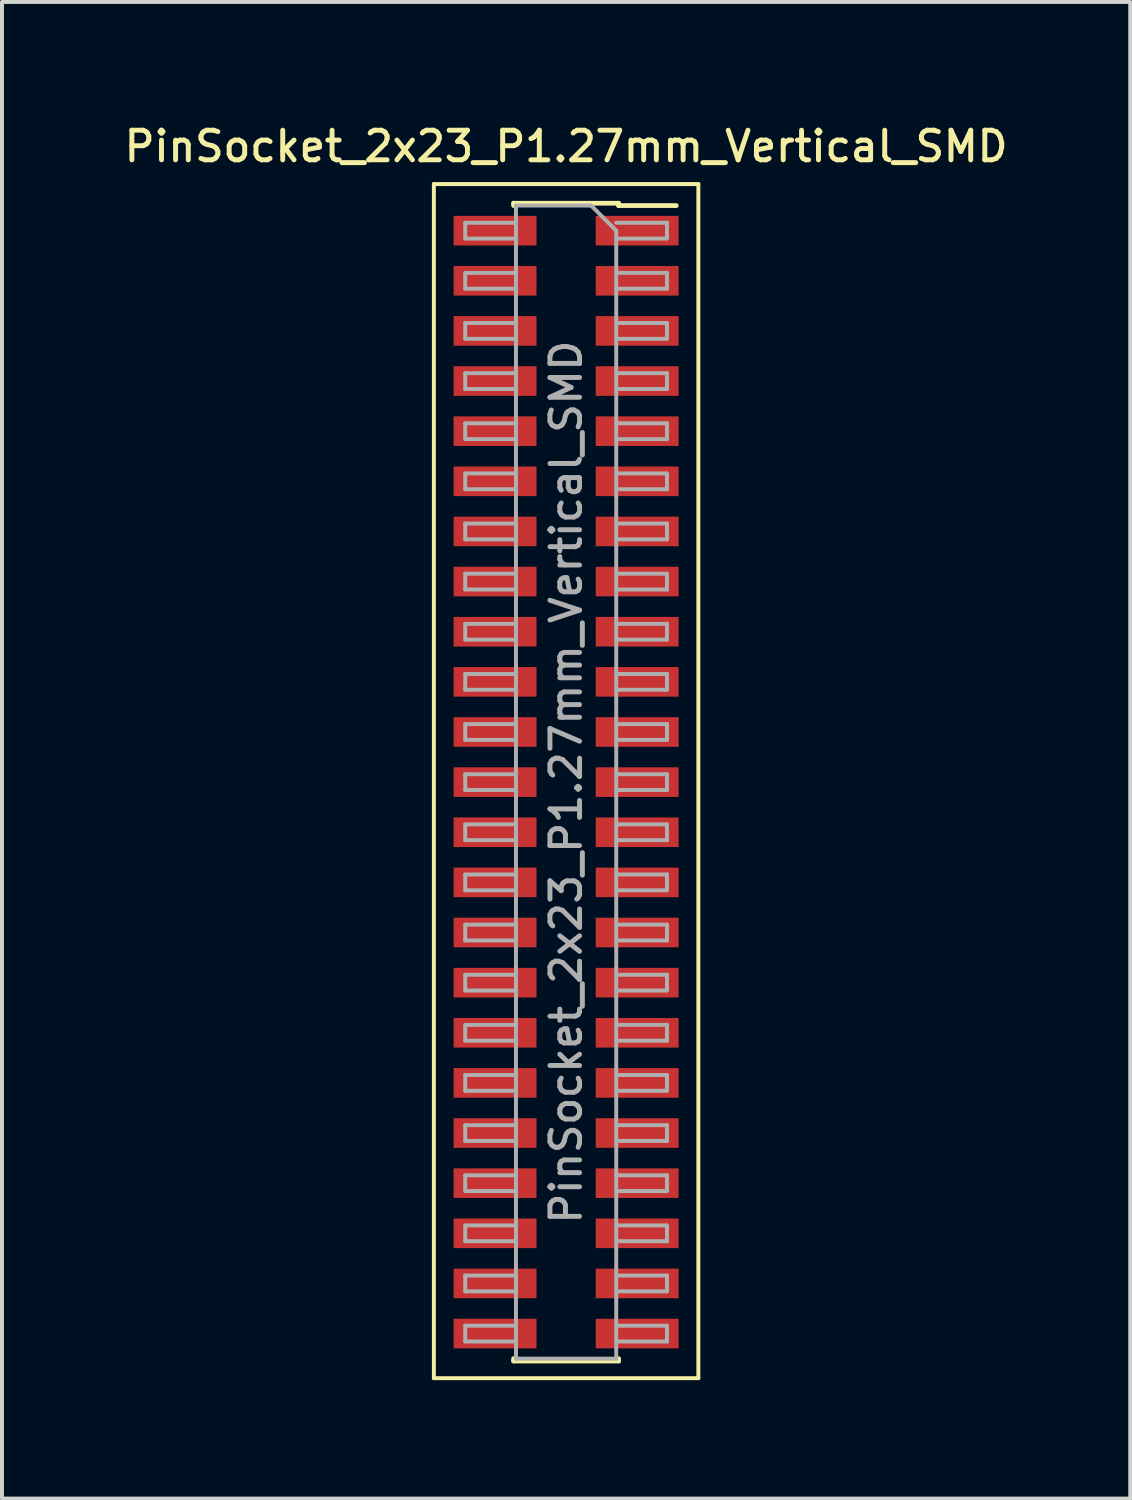
<source format=kicad_pcb>
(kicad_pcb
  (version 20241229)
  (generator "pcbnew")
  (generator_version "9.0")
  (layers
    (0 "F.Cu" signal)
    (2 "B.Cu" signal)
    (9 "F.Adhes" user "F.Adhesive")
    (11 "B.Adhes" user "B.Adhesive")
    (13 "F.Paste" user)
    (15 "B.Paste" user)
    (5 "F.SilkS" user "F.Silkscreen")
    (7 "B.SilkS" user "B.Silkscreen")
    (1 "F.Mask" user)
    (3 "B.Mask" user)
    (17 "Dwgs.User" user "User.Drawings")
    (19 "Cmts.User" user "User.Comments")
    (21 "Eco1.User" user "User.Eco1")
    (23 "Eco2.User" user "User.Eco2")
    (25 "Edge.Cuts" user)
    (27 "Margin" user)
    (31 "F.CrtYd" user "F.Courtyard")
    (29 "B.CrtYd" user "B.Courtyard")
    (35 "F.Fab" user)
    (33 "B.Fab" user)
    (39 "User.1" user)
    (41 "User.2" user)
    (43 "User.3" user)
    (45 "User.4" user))
  (footprint "PinSocket_2x23_P1.27mm_Vertical_SMD"
    (layer "F.Cu")
    (at 11.291 16.763)
    (property "Reference" "PinSocket_2x23_P1.27mm_Vertical_SMD" (at 0 -16.105 0) (layer "F.SilkS") (effects (font (size 0.75 0.75) (thickness 0.125))))
    (attr smd)
    (fp_line (start -3.35 -15.15) (end 3.35 -15.15) (stroke (width 0.1) (type solid)) (layer "F.SilkS"))
    (fp_line (start -3.35 15.1) (end -3.35 -15.15) (stroke (width 0.1) (type solid)) (layer "F.SilkS"))
    (fp_line (start -1.33 -14.665) (end -1.33 -14.605) (stroke (width 0.12) (type solid)) (layer "F.SilkS"))
    (fp_line (start -1.33 -14.665) (end 1.33 -14.665) (stroke (width 0.12) (type solid)) (layer "F.SilkS"))
    (fp_line (start -1.33 14.605) (end -1.33 14.665) (stroke (width 0.12) (type solid)) (layer "F.SilkS"))
    (fp_line (start -1.33 14.665) (end 1.33 14.665) (stroke (width 0.12) (type solid)) (layer "F.SilkS"))
    (fp_line (start 1.33 -14.665) (end 1.33 -14.605) (stroke (width 0.12) (type solid)) (layer "F.SilkS"))
    (fp_line (start 1.33 -14.605) (end 2.79 -14.605) (stroke (width 0.12) (type solid)) (layer "F.SilkS"))
    (fp_line (start 1.33 14.605) (end 1.33 14.665) (stroke (width 0.12) (type solid)) (layer "F.SilkS"))
    (fp_line (start 3.35 -15.15) (end 3.35 15.1) (stroke (width 0.1) (type solid)) (layer "F.SilkS"))
    (fp_line (start 3.35 15.1) (end -3.35 15.1) (stroke (width 0.1) (type solid)) (layer "F.SilkS"))
    (fp_line (start -2.555 -14.17) (end -1.27 -14.17) (stroke (width 0.1) (type solid)) (layer "F.Fab"))
    (fp_line (start -2.555 -13.77) (end -2.555 -14.17) (stroke (width 0.1) (type solid)) (layer "F.Fab"))
    (fp_line (start -2.555 -12.9) (end -1.27 -12.9) (stroke (width 0.1) (type solid)) (layer "F.Fab"))
    (fp_line (start -2.555 -12.5) (end -2.555 -12.9) (stroke (width 0.1) (type solid)) (layer "F.Fab"))
    (fp_line (start -2.555 -11.63) (end -1.27 -11.63) (stroke (width 0.1) (type solid)) (layer "F.Fab"))
    (fp_line (start -2.555 -11.23) (end -2.555 -11.63) (stroke (width 0.1) (type solid)) (layer "F.Fab"))
    (fp_line (start -2.555 -10.36) (end -1.27 -10.36) (stroke (width 0.1) (type solid)) (layer "F.Fab"))
    (fp_line (start -2.555 -9.96) (end -2.555 -10.36) (stroke (width 0.1) (type solid)) (layer "F.Fab"))
    (fp_line (start -2.555 -9.09) (end -1.27 -9.09) (stroke (width 0.1) (type solid)) (layer "F.Fab"))
    (fp_line (start -2.555 -8.69) (end -2.555 -9.09) (stroke (width 0.1) (type solid)) (layer "F.Fab"))
    (fp_line (start -2.555 -7.82) (end -1.27 -7.82) (stroke (width 0.1) (type solid)) (layer "F.Fab"))
    (fp_line (start -2.555 -7.42) (end -2.555 -7.82) (stroke (width 0.1) (type solid)) (layer "F.Fab"))
    (fp_line (start -2.555 -6.55) (end -1.27 -6.55) (stroke (width 0.1) (type solid)) (layer "F.Fab"))
    (fp_line (start -2.555 -6.15) (end -2.555 -6.55) (stroke (width 0.1) (type solid)) (layer "F.Fab"))
    (fp_line (start -2.555 -5.28) (end -1.27 -5.28) (stroke (width 0.1) (type solid)) (layer "F.Fab"))
    (fp_line (start -2.555 -4.88) (end -2.555 -5.28) (stroke (width 0.1) (type solid)) (layer "F.Fab"))
    (fp_line (start -2.555 -4.01) (end -1.27 -4.01) (stroke (width 0.1) (type solid)) (layer "F.Fab"))
    (fp_line (start -2.555 -3.61) (end -2.555 -4.01) (stroke (width 0.1) (type solid)) (layer "F.Fab"))
    (fp_line (start -2.555 -2.74) (end -1.27 -2.74) (stroke (width 0.1) (type solid)) (layer "F.Fab"))
    (fp_line (start -2.555 -2.34) (end -2.555 -2.74) (stroke (width 0.1) (type solid)) (layer "F.Fab"))
    (fp_line (start -2.555 -1.47) (end -1.27 -1.47) (stroke (width 0.1) (type solid)) (layer "F.Fab"))
    (fp_line (start -2.555 -1.07) (end -2.555 -1.47) (stroke (width 0.1) (type solid)) (layer "F.Fab"))
    (fp_line (start -2.555 -0.2) (end -1.27 -0.2) (stroke (width 0.1) (type solid)) (layer "F.Fab"))
    (fp_line (start -2.555 0.2) (end -2.555 -0.2) (stroke (width 0.1) (type solid)) (layer "F.Fab"))
    (fp_line (start -2.555 1.07) (end -1.27 1.07) (stroke (width 0.1) (type solid)) (layer "F.Fab"))
    (fp_line (start -2.555 1.47) (end -2.555 1.07) (stroke (width 0.1) (type solid)) (layer "F.Fab"))
    (fp_line (start -2.555 2.34) (end -1.27 2.34) (stroke (width 0.1) (type solid)) (layer "F.Fab"))
    (fp_line (start -2.555 2.74) (end -2.555 2.34) (stroke (width 0.1) (type solid)) (layer "F.Fab"))
    (fp_line (start -2.555 3.61) (end -1.27 3.61) (stroke (width 0.1) (type solid)) (layer "F.Fab"))
    (fp_line (start -2.555 4.01) (end -2.555 3.61) (stroke (width 0.1) (type solid)) (layer "F.Fab"))
    (fp_line (start -2.555 4.88) (end -1.27 4.88) (stroke (width 0.1) (type solid)) (layer "F.Fab"))
    (fp_line (start -2.555 5.28) (end -2.555 4.88) (stroke (width 0.1) (type solid)) (layer "F.Fab"))
    (fp_line (start -2.555 6.15) (end -1.27 6.15) (stroke (width 0.1) (type solid)) (layer "F.Fab"))
    (fp_line (start -2.555 6.55) (end -2.555 6.15) (stroke (width 0.1) (type solid)) (layer "F.Fab"))
    (fp_line (start -2.555 7.42) (end -1.27 7.42) (stroke (width 0.1) (type solid)) (layer "F.Fab"))
    (fp_line (start -2.555 7.82) (end -2.555 7.42) (stroke (width 0.1) (type solid)) (layer "F.Fab"))
    (fp_line (start -2.555 8.69) (end -1.27 8.69) (stroke (width 0.1) (type solid)) (layer "F.Fab"))
    (fp_line (start -2.555 9.09) (end -2.555 8.69) (stroke (width 0.1) (type solid)) (layer "F.Fab"))
    (fp_line (start -2.555 9.96) (end -1.27 9.96) (stroke (width 0.1) (type solid)) (layer "F.Fab"))
    (fp_line (start -2.555 10.36) (end -2.555 9.96) (stroke (width 0.1) (type solid)) (layer "F.Fab"))
    (fp_line (start -2.555 11.23) (end -1.27 11.23) (stroke (width 0.1) (type solid)) (layer "F.Fab"))
    (fp_line (start -2.555 11.63) (end -2.555 11.23) (stroke (width 0.1) (type solid)) (layer "F.Fab"))
    (fp_line (start -2.555 12.5) (end -1.27 12.5) (stroke (width 0.1) (type solid)) (layer "F.Fab"))
    (fp_line (start -2.555 12.9) (end -2.555 12.5) (stroke (width 0.1) (type solid)) (layer "F.Fab"))
    (fp_line (start -2.555 13.77) (end -1.27 13.77) (stroke (width 0.1) (type solid)) (layer "F.Fab"))
    (fp_line (start -2.555 14.17) (end -2.555 13.77) (stroke (width 0.1) (type solid)) (layer "F.Fab"))
    (fp_line (start -1.27 -14.605) (end 0.635 -14.605) (stroke (width 0.1) (type solid)) (layer "F.Fab"))
    (fp_line (start -1.27 -13.77) (end -2.555 -13.77) (stroke (width 0.1) (type solid)) (layer "F.Fab"))
    (fp_line (start -1.27 -12.5) (end -2.555 -12.5) (stroke (width 0.1) (type solid)) (layer "F.Fab"))
    (fp_line (start -1.27 -11.23) (end -2.555 -11.23) (stroke (width 0.1) (type solid)) (layer "F.Fab"))
    (fp_line (start -1.27 -9.96) (end -2.555 -9.96) (stroke (width 0.1) (type solid)) (layer "F.Fab"))
    (fp_line (start -1.27 -8.69) (end -2.555 -8.69) (stroke (width 0.1) (type solid)) (layer "F.Fab"))
    (fp_line (start -1.27 -7.42) (end -2.555 -7.42) (stroke (width 0.1) (type solid)) (layer "F.Fab"))
    (fp_line (start -1.27 -6.15) (end -2.555 -6.15) (stroke (width 0.1) (type solid)) (layer "F.Fab"))
    (fp_line (start -1.27 -4.88) (end -2.555 -4.88) (stroke (width 0.1) (type solid)) (layer "F.Fab"))
    (fp_line (start -1.27 -3.61) (end -2.555 -3.61) (stroke (width 0.1) (type solid)) (layer "F.Fab"))
    (fp_line (start -1.27 -2.34) (end -2.555 -2.34) (stroke (width 0.1) (type solid)) (layer "F.Fab"))
    (fp_line (start -1.27 -1.07) (end -2.555 -1.07) (stroke (width 0.1) (type solid)) (layer "F.Fab"))
    (fp_line (start -1.27 0.2) (end -2.555 0.2) (stroke (width 0.1) (type solid)) (layer "F.Fab"))
    (fp_line (start -1.27 1.47) (end -2.555 1.47) (stroke (width 0.1) (type solid)) (layer "F.Fab"))
    (fp_line (start -1.27 2.74) (end -2.555 2.74) (stroke (width 0.1) (type solid)) (layer "F.Fab"))
    (fp_line (start -1.27 4.01) (end -2.555 4.01) (stroke (width 0.1) (type solid)) (layer "F.Fab"))
    (fp_line (start -1.27 5.28) (end -2.555 5.28) (stroke (width 0.1) (type solid)) (layer "F.Fab"))
    (fp_line (start -1.27 6.55) (end -2.555 6.55) (stroke (width 0.1) (type solid)) (layer "F.Fab"))
    (fp_line (start -1.27 7.82) (end -2.555 7.82) (stroke (width 0.1) (type solid)) (layer "F.Fab"))
    (fp_line (start -1.27 9.09) (end -2.555 9.09) (stroke (width 0.1) (type solid)) (layer "F.Fab"))
    (fp_line (start -1.27 10.36) (end -2.555 10.36) (stroke (width 0.1) (type solid)) (layer "F.Fab"))
    (fp_line (start -1.27 11.63) (end -2.555 11.63) (stroke (width 0.1) (type solid)) (layer "F.Fab"))
    (fp_line (start -1.27 12.9) (end -2.555 12.9) (stroke (width 0.1) (type solid)) (layer "F.Fab"))
    (fp_line (start -1.27 14.17) (end -2.555 14.17) (stroke (width 0.1) (type solid)) (layer "F.Fab"))
    (fp_line (start -1.27 14.605) (end -1.27 -14.605) (stroke (width 0.1) (type solid)) (layer "F.Fab"))
    (fp_line (start 0.635 -14.605) (end 1.27 -13.97) (stroke (width 0.1) (type solid)) (layer "F.Fab"))
    (fp_line (start 1.27 -14.17) (end 2.555 -14.17) (stroke (width 0.1) (type solid)) (layer "F.Fab"))
    (fp_line (start 1.27 -13.97) (end 1.27 14.605) (stroke (width 0.1) (type solid)) (layer "F.Fab"))
    (fp_line (start 1.27 -12.9) (end 2.555 -12.9) (stroke (width 0.1) (type solid)) (layer "F.Fab"))
    (fp_line (start 1.27 -11.63) (end 2.555 -11.63) (stroke (width 0.1) (type solid)) (layer "F.Fab"))
    (fp_line (start 1.27 -10.36) (end 2.555 -10.36) (stroke (width 0.1) (type solid)) (layer "F.Fab"))
    (fp_line (start 1.27 -9.09) (end 2.555 -9.09) (stroke (width 0.1) (type solid)) (layer "F.Fab"))
    (fp_line (start 1.27 -7.82) (end 2.555 -7.82) (stroke (width 0.1) (type solid)) (layer "F.Fab"))
    (fp_line (start 1.27 -6.55) (end 2.555 -6.55) (stroke (width 0.1) (type solid)) (layer "F.Fab"))
    (fp_line (start 1.27 -5.28) (end 2.555 -5.28) (stroke (width 0.1) (type solid)) (layer "F.Fab"))
    (fp_line (start 1.27 -4.01) (end 2.555 -4.01) (stroke (width 0.1) (type solid)) (layer "F.Fab"))
    (fp_line (start 1.27 -2.74) (end 2.555 -2.74) (stroke (width 0.1) (type solid)) (layer "F.Fab"))
    (fp_line (start 1.27 -1.47) (end 2.555 -1.47) (stroke (width 0.1) (type solid)) (layer "F.Fab"))
    (fp_line (start 1.27 -0.2) (end 2.555 -0.2) (stroke (width 0.1) (type solid)) (layer "F.Fab"))
    (fp_line (start 1.27 1.07) (end 2.555 1.07) (stroke (width 0.1) (type solid)) (layer "F.Fab"))
    (fp_line (start 1.27 2.34) (end 2.555 2.34) (stroke (width 0.1) (type solid)) (layer "F.Fab"))
    (fp_line (start 1.27 3.61) (end 2.555 3.61) (stroke (width 0.1) (type solid)) (layer "F.Fab"))
    (fp_line (start 1.27 4.88) (end 2.555 4.88) (stroke (width 0.1) (type solid)) (layer "F.Fab"))
    (fp_line (start 1.27 6.15) (end 2.555 6.15) (stroke (width 0.1) (type solid)) (layer "F.Fab"))
    (fp_line (start 1.27 7.42) (end 2.555 7.42) (stroke (width 0.1) (type solid)) (layer "F.Fab"))
    (fp_line (start 1.27 8.69) (end 2.555 8.69) (stroke (width 0.1) (type solid)) (layer "F.Fab"))
    (fp_line (start 1.27 9.96) (end 2.555 9.96) (stroke (width 0.1) (type solid)) (layer "F.Fab"))
    (fp_line (start 1.27 11.23) (end 2.555 11.23) (stroke (width 0.1) (type solid)) (layer "F.Fab"))
    (fp_line (start 1.27 12.5) (end 2.555 12.5) (stroke (width 0.1) (type solid)) (layer "F.Fab"))
    (fp_line (start 1.27 13.77) (end 2.555 13.77) (stroke (width 0.1) (type solid)) (layer "F.Fab"))
    (fp_line (start 1.27 14.605) (end -1.27 14.605) (stroke (width 0.1) (type solid)) (layer "F.Fab"))
    (fp_line (start 2.555 -14.17) (end 2.555 -13.77) (stroke (width 0.1) (type solid)) (layer "F.Fab"))
    (fp_line (start 2.555 -13.77) (end 1.27 -13.77) (stroke (width 0.1) (type solid)) (layer "F.Fab"))
    (fp_line (start 2.555 -12.9) (end 2.555 -12.5) (stroke (width 0.1) (type solid)) (layer "F.Fab"))
    (fp_line (start 2.555 -12.5) (end 1.27 -12.5) (stroke (width 0.1) (type solid)) (layer "F.Fab"))
    (fp_line (start 2.555 -11.63) (end 2.555 -11.23) (stroke (width 0.1) (type solid)) (layer "F.Fab"))
    (fp_line (start 2.555 -11.23) (end 1.27 -11.23) (stroke (width 0.1) (type solid)) (layer "F.Fab"))
    (fp_line (start 2.555 -10.36) (end 2.555 -9.96) (stroke (width 0.1) (type solid)) (layer "F.Fab"))
    (fp_line (start 2.555 -9.96) (end 1.27 -9.96) (stroke (width 0.1) (type solid)) (layer "F.Fab"))
    (fp_line (start 2.555 -9.09) (end 2.555 -8.69) (stroke (width 0.1) (type solid)) (layer "F.Fab"))
    (fp_line (start 2.555 -8.69) (end 1.27 -8.69) (stroke (width 0.1) (type solid)) (layer "F.Fab"))
    (fp_line (start 2.555 -7.82) (end 2.555 -7.42) (stroke (width 0.1) (type solid)) (layer "F.Fab"))
    (fp_line (start 2.555 -7.42) (end 1.27 -7.42) (stroke (width 0.1) (type solid)) (layer "F.Fab"))
    (fp_line (start 2.555 -6.55) (end 2.555 -6.15) (stroke (width 0.1) (type solid)) (layer "F.Fab"))
    (fp_line (start 2.555 -6.15) (end 1.27 -6.15) (stroke (width 0.1) (type solid)) (layer "F.Fab"))
    (fp_line (start 2.555 -5.28) (end 2.555 -4.88) (stroke (width 0.1) (type solid)) (layer "F.Fab"))
    (fp_line (start 2.555 -4.88) (end 1.27 -4.88) (stroke (width 0.1) (type solid)) (layer "F.Fab"))
    (fp_line (start 2.555 -4.01) (end 2.555 -3.61) (stroke (width 0.1) (type solid)) (layer "F.Fab"))
    (fp_line (start 2.555 -3.61) (end 1.27 -3.61) (stroke (width 0.1) (type solid)) (layer "F.Fab"))
    (fp_line (start 2.555 -2.74) (end 2.555 -2.34) (stroke (width 0.1) (type solid)) (layer "F.Fab"))
    (fp_line (start 2.555 -2.34) (end 1.27 -2.34) (stroke (width 0.1) (type solid)) (layer "F.Fab"))
    (fp_line (start 2.555 -1.47) (end 2.555 -1.07) (stroke (width 0.1) (type solid)) (layer "F.Fab"))
    (fp_line (start 2.555 -1.07) (end 1.27 -1.07) (stroke (width 0.1) (type solid)) (layer "F.Fab"))
    (fp_line (start 2.555 -0.2) (end 2.555 0.2) (stroke (width 0.1) (type solid)) (layer "F.Fab"))
    (fp_line (start 2.555 0.2) (end 1.27 0.2) (stroke (width 0.1) (type solid)) (layer "F.Fab"))
    (fp_line (start 2.555 1.07) (end 2.555 1.47) (stroke (width 0.1) (type solid)) (layer "F.Fab"))
    (fp_line (start 2.555 1.47) (end 1.27 1.47) (stroke (width 0.1) (type solid)) (layer "F.Fab"))
    (fp_line (start 2.555 2.34) (end 2.555 2.74) (stroke (width 0.1) (type solid)) (layer "F.Fab"))
    (fp_line (start 2.555 2.74) (end 1.27 2.74) (stroke (width 0.1) (type solid)) (layer "F.Fab"))
    (fp_line (start 2.555 3.61) (end 2.555 4.01) (stroke (width 0.1) (type solid)) (layer "F.Fab"))
    (fp_line (start 2.555 4.01) (end 1.27 4.01) (stroke (width 0.1) (type solid)) (layer "F.Fab"))
    (fp_line (start 2.555 4.88) (end 2.555 5.28) (stroke (width 0.1) (type solid)) (layer "F.Fab"))
    (fp_line (start 2.555 5.28) (end 1.27 5.28) (stroke (width 0.1) (type solid)) (layer "F.Fab"))
    (fp_line (start 2.555 6.15) (end 2.555 6.55) (stroke (width 0.1) (type solid)) (layer "F.Fab"))
    (fp_line (start 2.555 6.55) (end 1.27 6.55) (stroke (width 0.1) (type solid)) (layer "F.Fab"))
    (fp_line (start 2.555 7.42) (end 2.555 7.82) (stroke (width 0.1) (type solid)) (layer "F.Fab"))
    (fp_line (start 2.555 7.82) (end 1.27 7.82) (stroke (width 0.1) (type solid)) (layer "F.Fab"))
    (fp_line (start 2.555 8.69) (end 2.555 9.09) (stroke (width 0.1) (type solid)) (layer "F.Fab"))
    (fp_line (start 2.555 9.09) (end 1.27 9.09) (stroke (width 0.1) (type solid)) (layer "F.Fab"))
    (fp_line (start 2.555 9.96) (end 2.555 10.36) (stroke (width 0.1) (type solid)) (layer "F.Fab"))
    (fp_line (start 2.555 10.36) (end 1.27 10.36) (stroke (width 0.1) (type solid)) (layer "F.Fab"))
    (fp_line (start 2.555 11.23) (end 2.555 11.63) (stroke (width 0.1) (type solid)) (layer "F.Fab"))
    (fp_line (start 2.555 11.63) (end 1.27 11.63) (stroke (width 0.1) (type solid)) (layer "F.Fab"))
    (fp_line (start 2.555 12.5) (end 2.555 12.9) (stroke (width 0.1) (type solid)) (layer "F.Fab"))
    (fp_line (start 2.555 12.9) (end 1.27 12.9) (stroke (width 0.1) (type solid)) (layer "F.Fab"))
    (fp_line (start 2.555 13.77) (end 2.555 14.17) (stroke (width 0.1) (type solid)) (layer "F.Fab"))
    (fp_line (start 2.555 14.17) (end 1.27 14.17) (stroke (width 0.1) (type solid)) (layer "F.Fab"))
    (fp_text user "${REFERENCE}" (at 0 0 90) (layer "F.Fab") (effects (font (size 0.75 0.75) (thickness 0.125))))
    (pad "1" smd rect (at 1.8 -13.97) (size 2.1 0.75) (layers "F.Cu" "F.Mask" "F.Paste"))
    (pad "2" smd rect (at -1.8 -13.97) (size 2.1 0.75) (layers "F.Cu" "F.Mask" "F.Paste"))
    (pad "3" smd rect (at 1.8 -12.7) (size 2.1 0.75) (layers "F.Cu" "F.Mask" "F.Paste"))
    (pad "4" smd rect (at -1.8 -12.7) (size 2.1 0.75) (layers "F.Cu" "F.Mask" "F.Paste"))
    (pad "5" smd rect (at 1.8 -11.43) (size 2.1 0.75) (layers "F.Cu" "F.Mask" "F.Paste"))
    (pad "6" smd rect (at -1.8 -11.43) (size 2.1 0.75) (layers "F.Cu" "F.Mask" "F.Paste"))
    (pad "7" smd rect (at 1.8 -10.16) (size 2.1 0.75) (layers "F.Cu" "F.Mask" "F.Paste"))
    (pad "8" smd rect (at -1.8 -10.16) (size 2.1 0.75) (layers "F.Cu" "F.Mask" "F.Paste"))
    (pad "9" smd rect (at 1.8 -8.89) (size 2.1 0.75) (layers "F.Cu" "F.Mask" "F.Paste"))
    (pad "10" smd rect (at -1.8 -8.89) (size 2.1 0.75) (layers "F.Cu" "F.Mask" "F.Paste"))
    (pad "11" smd rect (at 1.8 -7.62) (size 2.1 0.75) (layers "F.Cu" "F.Mask" "F.Paste"))
    (pad "12" smd rect (at -1.8 -7.62) (size 2.1 0.75) (layers "F.Cu" "F.Mask" "F.Paste"))
    (pad "13" smd rect (at 1.8 -6.35) (size 2.1 0.75) (layers "F.Cu" "F.Mask" "F.Paste"))
    (pad "14" smd rect (at -1.8 -6.35) (size 2.1 0.75) (layers "F.Cu" "F.Mask" "F.Paste"))
    (pad "15" smd rect (at 1.8 -5.08) (size 2.1 0.75) (layers "F.Cu" "F.Mask" "F.Paste"))
    (pad "16" smd rect (at -1.8 -5.08) (size 2.1 0.75) (layers "F.Cu" "F.Mask" "F.Paste"))
    (pad "17" smd rect (at 1.8 -3.81) (size 2.1 0.75) (layers "F.Cu" "F.Mask" "F.Paste"))
    (pad "18" smd rect (at -1.8 -3.81) (size 2.1 0.75) (layers "F.Cu" "F.Mask" "F.Paste"))
    (pad "19" smd rect (at 1.8 -2.54) (size 2.1 0.75) (layers "F.Cu" "F.Mask" "F.Paste"))
    (pad "20" smd rect (at -1.8 -2.54) (size 2.1 0.75) (layers "F.Cu" "F.Mask" "F.Paste"))
    (pad "21" smd rect (at 1.8 -1.27) (size 2.1 0.75) (layers "F.Cu" "F.Mask" "F.Paste"))
    (pad "22" smd rect (at -1.8 -1.27) (size 2.1 0.75) (layers "F.Cu" "F.Mask" "F.Paste"))
    (pad "23" smd rect (at 1.8 0) (size 2.1 0.75) (layers "F.Cu" "F.Mask" "F.Paste"))
    (pad "24" smd rect (at -1.8 0) (size 2.1 0.75) (layers "F.Cu" "F.Mask" "F.Paste"))
    (pad "25" smd rect (at 1.8 1.27) (size 2.1 0.75) (layers "F.Cu" "F.Mask" "F.Paste"))
    (pad "26" smd rect (at -1.8 1.27) (size 2.1 0.75) (layers "F.Cu" "F.Mask" "F.Paste"))
    (pad "27" smd rect (at 1.8 2.54) (size 2.1 0.75) (layers "F.Cu" "F.Mask" "F.Paste"))
    (pad "28" smd rect (at -1.8 2.54) (size 2.1 0.75) (layers "F.Cu" "F.Mask" "F.Paste"))
    (pad "29" smd rect (at 1.8 3.81) (size 2.1 0.75) (layers "F.Cu" "F.Mask" "F.Paste"))
    (pad "30" smd rect (at -1.8 3.81) (size 2.1 0.75) (layers "F.Cu" "F.Mask" "F.Paste"))
    (pad "31" smd rect (at 1.8 5.08) (size 2.1 0.75) (layers "F.Cu" "F.Mask" "F.Paste"))
    (pad "32" smd rect (at -1.8 5.08) (size 2.1 0.75) (layers "F.Cu" "F.Mask" "F.Paste"))
    (pad "33" smd rect (at 1.8 6.35) (size 2.1 0.75) (layers "F.Cu" "F.Mask" "F.Paste"))
    (pad "34" smd rect (at -1.8 6.35) (size 2.1 0.75) (layers "F.Cu" "F.Mask" "F.Paste"))
    (pad "35" smd rect (at 1.8 7.62) (size 2.1 0.75) (layers "F.Cu" "F.Mask" "F.Paste"))
    (pad "36" smd rect (at -1.8 7.62) (size 2.1 0.75) (layers "F.Cu" "F.Mask" "F.Paste"))
    (pad "37" smd rect (at 1.8 8.89) (size 2.1 0.75) (layers "F.Cu" "F.Mask" "F.Paste"))
    (pad "38" smd rect (at -1.8 8.89) (size 2.1 0.75) (layers "F.Cu" "F.Mask" "F.Paste"))
    (pad "39" smd rect (at 1.8 10.16) (size 2.1 0.75) (layers "F.Cu" "F.Mask" "F.Paste"))
    (pad "40" smd rect (at -1.8 10.16) (size 2.1 0.75) (layers "F.Cu" "F.Mask" "F.Paste"))
    (pad "41" smd rect (at 1.8 11.43) (size 2.1 0.75) (layers "F.Cu" "F.Mask" "F.Paste"))
    (pad "42" smd rect (at -1.8 11.43) (size 2.1 0.75) (layers "F.Cu" "F.Mask" "F.Paste"))
    (pad "43" smd rect (at 1.8 12.7) (size 2.1 0.75) (layers "F.Cu" "F.Mask" "F.Paste"))
    (pad "44" smd rect (at -1.8 12.7) (size 2.1 0.75) (layers "F.Cu" "F.Mask" "F.Paste"))
    (pad "45" smd rect (at 1.8 13.97) (size 2.1 0.75) (layers "F.Cu" "F.Mask" "F.Paste"))
    (pad "46" smd rect (at -1.8 13.97) (size 2.1 0.75) (layers "F.Cu" "F.Mask" "F.Paste")))
  (gr_rect
    (start -3 -3)
    (end 25.582 34.913)
    (stroke (width 0.1) (type default))
    (fill no)
    (layer "Edge.Cuts")))
</source>
